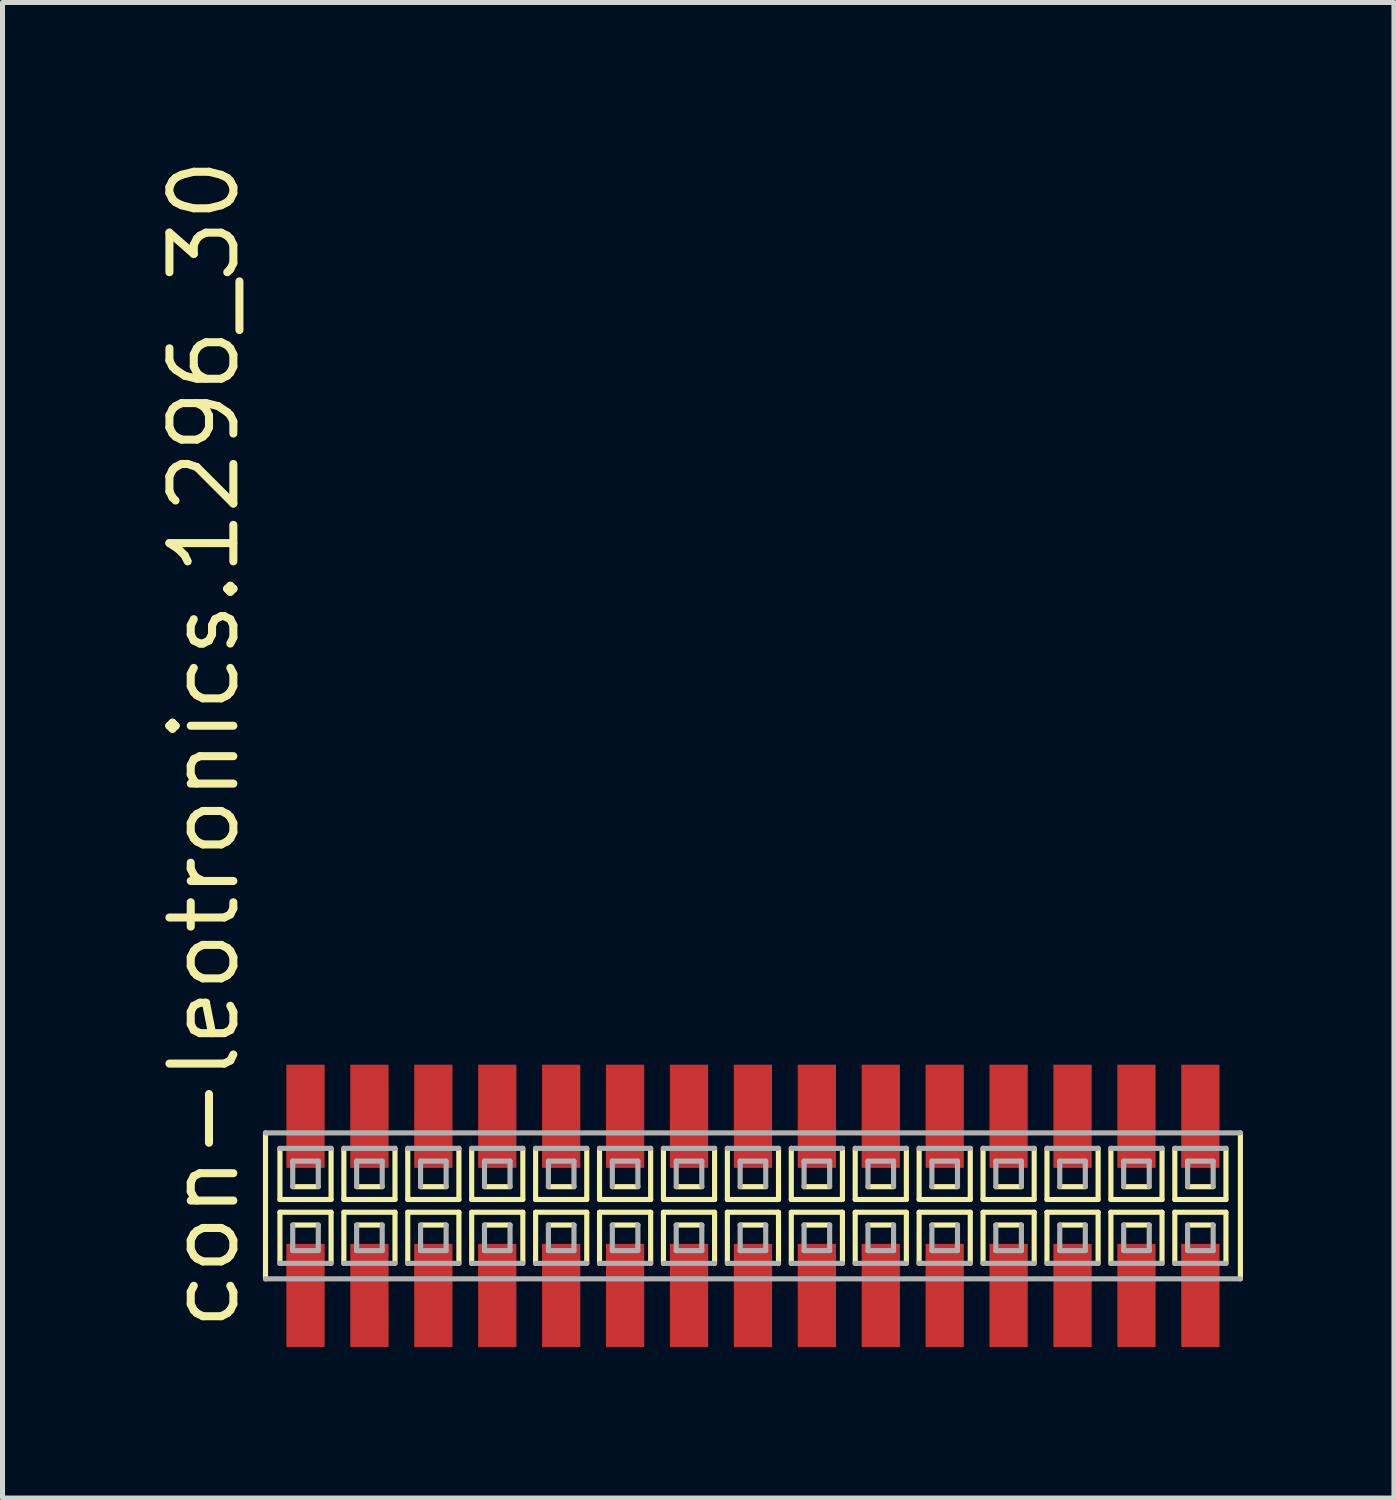
<source format=kicad_pcb>
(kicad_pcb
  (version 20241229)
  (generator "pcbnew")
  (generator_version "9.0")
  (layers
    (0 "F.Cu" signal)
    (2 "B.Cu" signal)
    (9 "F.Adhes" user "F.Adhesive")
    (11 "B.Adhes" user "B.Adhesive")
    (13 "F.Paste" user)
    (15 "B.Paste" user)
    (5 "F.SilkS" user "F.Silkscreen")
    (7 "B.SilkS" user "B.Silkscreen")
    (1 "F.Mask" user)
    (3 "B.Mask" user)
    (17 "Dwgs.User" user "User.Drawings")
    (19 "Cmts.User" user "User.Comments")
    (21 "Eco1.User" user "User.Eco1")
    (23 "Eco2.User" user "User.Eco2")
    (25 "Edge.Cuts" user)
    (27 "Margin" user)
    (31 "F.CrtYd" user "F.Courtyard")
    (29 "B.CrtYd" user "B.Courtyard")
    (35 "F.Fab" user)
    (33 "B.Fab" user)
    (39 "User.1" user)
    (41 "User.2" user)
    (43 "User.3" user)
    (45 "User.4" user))
  (footprint "con-leotronics.1296_30"
    (layer "F.Cu")
    (at 11.91 20.909)
    (property "Reference" "con-leotronics.1296_30" (at -10.16 2.54 90) (layer "F.SilkS") (effects (font (size 1.27 1.27) (thickness 0.16)) (justify left bottom)))
    (attr smd)
    (fp_line (start -9.685 -1.45) (end -9.685 1.45) (stroke (width 0.102) (type default)) (layer "F.SilkS"))
    (fp_line (start -9.398 -1.143) (end -9.398 -0.127) (stroke (width 0.102) (type default)) (layer "F.SilkS"))
    (fp_line (start -9.398 -0.127) (end -8.382 -0.127) (stroke (width 0.102) (type default)) (layer "F.SilkS"))
    (fp_line (start -9.398 0.127) (end -9.398 1.143) (stroke (width 0.102) (type default)) (layer "F.SilkS"))
    (fp_line (start -9.144 -0.381) (end -8.636 -0.381) (stroke (width 0.102) (type default)) (layer "F.SilkS"))
    (fp_line (start -8.636 0.381) (end -9.144 0.381) (stroke (width 0.102) (type default)) (layer "F.SilkS"))
    (fp_line (start -8.382 -0.127) (end -8.382 -1.143) (stroke (width 0.102) (type default)) (layer "F.SilkS"))
    (fp_line (start -8.382 0.127) (end -9.398 0.127) (stroke (width 0.102) (type default)) (layer "F.SilkS"))
    (fp_line (start -8.382 1.143) (end -8.382 0.127) (stroke (width 0.102) (type default)) (layer "F.SilkS"))
    (fp_line (start -8.128 -1.143) (end -8.128 -0.127) (stroke (width 0.102) (type default)) (layer "F.SilkS"))
    (fp_line (start -8.128 -0.127) (end -7.112 -0.127) (stroke (width 0.102) (type default)) (layer "F.SilkS"))
    (fp_line (start -8.128 0.127) (end -8.128 1.143) (stroke (width 0.102) (type default)) (layer "F.SilkS"))
    (fp_line (start -7.874 -0.381) (end -7.366 -0.381) (stroke (width 0.102) (type default)) (layer "F.SilkS"))
    (fp_line (start -7.366 0.381) (end -7.874 0.381) (stroke (width 0.102) (type default)) (layer "F.SilkS"))
    (fp_line (start -7.112 -0.127) (end -7.112 -1.143) (stroke (width 0.102) (type default)) (layer "F.SilkS"))
    (fp_line (start -7.112 0.127) (end -8.128 0.127) (stroke (width 0.102) (type default)) (layer "F.SilkS"))
    (fp_line (start -7.112 1.143) (end -7.112 0.127) (stroke (width 0.102) (type default)) (layer "F.SilkS"))
    (fp_line (start -6.858 -1.143) (end -6.858 -0.127) (stroke (width 0.102) (type default)) (layer "F.SilkS"))
    (fp_line (start -6.858 -0.127) (end -5.842 -0.127) (stroke (width 0.102) (type default)) (layer "F.SilkS"))
    (fp_line (start -6.858 0.127) (end -6.858 1.143) (stroke (width 0.102) (type default)) (layer "F.SilkS"))
    (fp_line (start -6.604 -0.381) (end -6.096 -0.381) (stroke (width 0.102) (type default)) (layer "F.SilkS"))
    (fp_line (start -6.096 0.381) (end -6.604 0.381) (stroke (width 0.102) (type default)) (layer "F.SilkS"))
    (fp_line (start -5.842 -0.127) (end -5.842 -1.143) (stroke (width 0.102) (type default)) (layer "F.SilkS"))
    (fp_line (start -5.842 0.127) (end -6.858 0.127) (stroke (width 0.102) (type default)) (layer "F.SilkS"))
    (fp_line (start -5.842 1.143) (end -5.842 0.127) (stroke (width 0.102) (type default)) (layer "F.SilkS"))
    (fp_line (start -5.588 -1.143) (end -5.588 -0.127) (stroke (width 0.102) (type default)) (layer "F.SilkS"))
    (fp_line (start -5.588 -0.127) (end -4.572 -0.127) (stroke (width 0.102) (type default)) (layer "F.SilkS"))
    (fp_line (start -5.588 0.127) (end -5.588 1.143) (stroke (width 0.102) (type default)) (layer "F.SilkS"))
    (fp_line (start -5.334 -0.381) (end -4.826 -0.381) (stroke (width 0.102) (type default)) (layer "F.SilkS"))
    (fp_line (start -4.826 0.381) (end -5.334 0.381) (stroke (width 0.102) (type default)) (layer "F.SilkS"))
    (fp_line (start -4.572 -0.127) (end -4.572 -1.143) (stroke (width 0.102) (type default)) (layer "F.SilkS"))
    (fp_line (start -4.572 0.127) (end -5.588 0.127) (stroke (width 0.102) (type default)) (layer "F.SilkS"))
    (fp_line (start -4.572 1.143) (end -4.572 0.127) (stroke (width 0.102) (type default)) (layer "F.SilkS"))
    (fp_line (start -4.318 -1.143) (end -4.318 -0.127) (stroke (width 0.102) (type default)) (layer "F.SilkS"))
    (fp_line (start -4.318 -0.127) (end -3.302 -0.127) (stroke (width 0.102) (type default)) (layer "F.SilkS"))
    (fp_line (start -4.318 0.127) (end -4.318 1.143) (stroke (width 0.102) (type default)) (layer "F.SilkS"))
    (fp_line (start -4.064 -0.381) (end -3.556 -0.381) (stroke (width 0.102) (type default)) (layer "F.SilkS"))
    (fp_line (start -3.556 0.381) (end -4.064 0.381) (stroke (width 0.102) (type default)) (layer "F.SilkS"))
    (fp_line (start -3.302 -0.127) (end -3.302 -1.143) (stroke (width 0.102) (type default)) (layer "F.SilkS"))
    (fp_line (start -3.302 0.127) (end -4.318 0.127) (stroke (width 0.102) (type default)) (layer "F.SilkS"))
    (fp_line (start -3.302 1.143) (end -3.302 0.127) (stroke (width 0.102) (type default)) (layer "F.SilkS"))
    (fp_line (start -3.048 -1.143) (end -3.048 -0.127) (stroke (width 0.102) (type default)) (layer "F.SilkS"))
    (fp_line (start -3.048 -0.127) (end -2.032 -0.127) (stroke (width 0.102) (type default)) (layer "F.SilkS"))
    (fp_line (start -3.048 0.127) (end -3.048 1.143) (stroke (width 0.102) (type default)) (layer "F.SilkS"))
    (fp_line (start -2.794 -0.381) (end -2.286 -0.381) (stroke (width 0.102) (type default)) (layer "F.SilkS"))
    (fp_line (start -2.286 0.381) (end -2.794 0.381) (stroke (width 0.102) (type default)) (layer "F.SilkS"))
    (fp_line (start -2.032 -0.127) (end -2.032 -1.143) (stroke (width 0.102) (type default)) (layer "F.SilkS"))
    (fp_line (start -2.032 0.127) (end -3.048 0.127) (stroke (width 0.102) (type default)) (layer "F.SilkS"))
    (fp_line (start -2.032 1.143) (end -2.032 0.127) (stroke (width 0.102) (type default)) (layer "F.SilkS"))
    (fp_line (start -1.778 -1.143) (end -1.778 -0.127) (stroke (width 0.102) (type default)) (layer "F.SilkS"))
    (fp_line (start -1.778 -0.127) (end -0.762 -0.127) (stroke (width 0.102) (type default)) (layer "F.SilkS"))
    (fp_line (start -1.778 0.127) (end -1.778 1.143) (stroke (width 0.102) (type default)) (layer "F.SilkS"))
    (fp_line (start -1.524 -0.381) (end -1.016 -0.381) (stroke (width 0.102) (type default)) (layer "F.SilkS"))
    (fp_line (start -1.016 0.381) (end -1.524 0.381) (stroke (width 0.102) (type default)) (layer "F.SilkS"))
    (fp_line (start -0.762 -0.127) (end -0.762 -1.143) (stroke (width 0.102) (type default)) (layer "F.SilkS"))
    (fp_line (start -0.762 0.127) (end -1.778 0.127) (stroke (width 0.102) (type default)) (layer "F.SilkS"))
    (fp_line (start -0.762 1.143) (end -0.762 0.127) (stroke (width 0.102) (type default)) (layer "F.SilkS"))
    (fp_line (start -0.508 -1.143) (end -0.508 -0.127) (stroke (width 0.102) (type default)) (layer "F.SilkS"))
    (fp_line (start -0.508 -0.127) (end 0.508 -0.127) (stroke (width 0.102) (type default)) (layer "F.SilkS"))
    (fp_line (start -0.508 0.127) (end -0.508 1.143) (stroke (width 0.102) (type default)) (layer "F.SilkS"))
    (fp_line (start -0.254 -0.381) (end 0.254 -0.381) (stroke (width 0.102) (type default)) (layer "F.SilkS"))
    (fp_line (start 0.254 0.381) (end -0.254 0.381) (stroke (width 0.102) (type default)) (layer "F.SilkS"))
    (fp_line (start 0.508 -0.127) (end 0.508 -1.143) (stroke (width 0.102) (type default)) (layer "F.SilkS"))
    (fp_line (start 0.508 0.127) (end -0.508 0.127) (stroke (width 0.102) (type default)) (layer "F.SilkS"))
    (fp_line (start 0.508 1.143) (end 0.508 0.127) (stroke (width 0.102) (type default)) (layer "F.SilkS"))
    (fp_line (start 0.762 -1.143) (end 0.762 -0.127) (stroke (width 0.102) (type default)) (layer "F.SilkS"))
    (fp_line (start 0.762 -0.127) (end 1.778 -0.127) (stroke (width 0.102) (type default)) (layer "F.SilkS"))
    (fp_line (start 0.762 0.127) (end 0.762 1.143) (stroke (width 0.102) (type default)) (layer "F.SilkS"))
    (fp_line (start 1.016 -0.381) (end 1.524 -0.381) (stroke (width 0.102) (type default)) (layer "F.SilkS"))
    (fp_line (start 1.524 0.381) (end 1.016 0.381) (stroke (width 0.102) (type default)) (layer "F.SilkS"))
    (fp_line (start 1.778 -0.127) (end 1.778 -1.143) (stroke (width 0.102) (type default)) (layer "F.SilkS"))
    (fp_line (start 1.778 0.127) (end 0.762 0.127) (stroke (width 0.102) (type default)) (layer "F.SilkS"))
    (fp_line (start 1.778 1.143) (end 1.778 0.127) (stroke (width 0.102) (type default)) (layer "F.SilkS"))
    (fp_line (start 2.032 -1.143) (end 2.032 -0.127) (stroke (width 0.102) (type default)) (layer "F.SilkS"))
    (fp_line (start 2.032 -0.127) (end 3.048 -0.127) (stroke (width 0.102) (type default)) (layer "F.SilkS"))
    (fp_line (start 2.032 0.127) (end 2.032 1.143) (stroke (width 0.102) (type default)) (layer "F.SilkS"))
    (fp_line (start 2.286 -0.381) (end 2.794 -0.381) (stroke (width 0.102) (type default)) (layer "F.SilkS"))
    (fp_line (start 2.794 0.381) (end 2.286 0.381) (stroke (width 0.102) (type default)) (layer "F.SilkS"))
    (fp_line (start 3.048 -0.127) (end 3.048 -1.143) (stroke (width 0.102) (type default)) (layer "F.SilkS"))
    (fp_line (start 3.048 0.127) (end 2.032 0.127) (stroke (width 0.102) (type default)) (layer "F.SilkS"))
    (fp_line (start 3.048 1.143) (end 3.048 0.127) (stroke (width 0.102) (type default)) (layer "F.SilkS"))
    (fp_line (start 3.302 -1.143) (end 3.302 -0.127) (stroke (width 0.102) (type default)) (layer "F.SilkS"))
    (fp_line (start 3.302 -0.127) (end 4.318 -0.127) (stroke (width 0.102) (type default)) (layer "F.SilkS"))
    (fp_line (start 3.302 0.127) (end 3.302 1.143) (stroke (width 0.102) (type default)) (layer "F.SilkS"))
    (fp_line (start 3.556 -0.381) (end 4.064 -0.381) (stroke (width 0.102) (type default)) (layer "F.SilkS"))
    (fp_line (start 4.064 0.381) (end 3.556 0.381) (stroke (width 0.102) (type default)) (layer "F.SilkS"))
    (fp_line (start 4.318 -0.127) (end 4.318 -1.143) (stroke (width 0.102) (type default)) (layer "F.SilkS"))
    (fp_line (start 4.318 0.127) (end 3.302 0.127) (stroke (width 0.102) (type default)) (layer "F.SilkS"))
    (fp_line (start 4.318 1.143) (end 4.318 0.127) (stroke (width 0.102) (type default)) (layer "F.SilkS"))
    (fp_line (start 4.572 -1.143) (end 4.572 -0.127) (stroke (width 0.102) (type default)) (layer "F.SilkS"))
    (fp_line (start 4.572 -0.127) (end 5.588 -0.127) (stroke (width 0.102) (type default)) (layer "F.SilkS"))
    (fp_line (start 4.572 0.127) (end 4.572 1.143) (stroke (width 0.102) (type default)) (layer "F.SilkS"))
    (fp_line (start 4.826 -0.381) (end 5.334 -0.381) (stroke (width 0.102) (type default)) (layer "F.SilkS"))
    (fp_line (start 5.334 0.381) (end 4.826 0.381) (stroke (width 0.102) (type default)) (layer "F.SilkS"))
    (fp_line (start 5.588 -0.127) (end 5.588 -1.143) (stroke (width 0.102) (type default)) (layer "F.SilkS"))
    (fp_line (start 5.588 0.127) (end 4.572 0.127) (stroke (width 0.102) (type default)) (layer "F.SilkS"))
    (fp_line (start 5.588 1.143) (end 5.588 0.127) (stroke (width 0.102) (type default)) (layer "F.SilkS"))
    (fp_line (start 5.842 -1.143) (end 5.842 -0.127) (stroke (width 0.102) (type default)) (layer "F.SilkS"))
    (fp_line (start 5.842 -0.127) (end 6.858 -0.127) (stroke (width 0.102) (type default)) (layer "F.SilkS"))
    (fp_line (start 5.842 0.127) (end 5.842 1.143) (stroke (width 0.102) (type default)) (layer "F.SilkS"))
    (fp_line (start 6.096 -0.381) (end 6.604 -0.381) (stroke (width 0.102) (type default)) (layer "F.SilkS"))
    (fp_line (start 6.604 0.381) (end 6.096 0.381) (stroke (width 0.102) (type default)) (layer "F.SilkS"))
    (fp_line (start 6.858 -0.127) (end 6.858 -1.143) (stroke (width 0.102) (type default)) (layer "F.SilkS"))
    (fp_line (start 6.858 0.127) (end 5.842 0.127) (stroke (width 0.102) (type default)) (layer "F.SilkS"))
    (fp_line (start 6.858 1.143) (end 6.858 0.127) (stroke (width 0.102) (type default)) (layer "F.SilkS"))
    (fp_line (start 7.112 -1.143) (end 7.112 -0.127) (stroke (width 0.102) (type default)) (layer "F.SilkS"))
    (fp_line (start 7.112 -0.127) (end 8.128 -0.127) (stroke (width 0.102) (type default)) (layer "F.SilkS"))
    (fp_line (start 7.112 0.127) (end 7.112 1.143) (stroke (width 0.102) (type default)) (layer "F.SilkS"))
    (fp_line (start 7.366 -0.381) (end 7.874 -0.381) (stroke (width 0.102) (type default)) (layer "F.SilkS"))
    (fp_line (start 7.874 0.381) (end 7.366 0.381) (stroke (width 0.102) (type default)) (layer "F.SilkS"))
    (fp_line (start 8.128 -0.127) (end 8.128 -1.143) (stroke (width 0.102) (type default)) (layer "F.SilkS"))
    (fp_line (start 8.128 0.127) (end 7.112 0.127) (stroke (width 0.102) (type default)) (layer "F.SilkS"))
    (fp_line (start 8.128 1.143) (end 8.128 0.127) (stroke (width 0.102) (type default)) (layer "F.SilkS"))
    (fp_line (start 8.382 -1.143) (end 8.382 -0.127) (stroke (width 0.102) (type default)) (layer "F.SilkS"))
    (fp_line (start 8.382 -0.127) (end 9.398 -0.127) (stroke (width 0.102) (type default)) (layer "F.SilkS"))
    (fp_line (start 8.382 0.127) (end 8.382 1.143) (stroke (width 0.102) (type default)) (layer "F.SilkS"))
    (fp_line (start 8.636 -0.381) (end 9.144 -0.381) (stroke (width 0.102) (type default)) (layer "F.SilkS"))
    (fp_line (start 9.144 0.381) (end 8.636 0.381) (stroke (width 0.102) (type default)) (layer "F.SilkS"))
    (fp_line (start 9.398 -0.127) (end 9.398 -1.143) (stroke (width 0.102) (type default)) (layer "F.SilkS"))
    (fp_line (start 9.398 0.127) (end 8.382 0.127) (stroke (width 0.102) (type default)) (layer "F.SilkS"))
    (fp_line (start 9.398 1.143) (end 9.398 0.127) (stroke (width 0.102) (type default)) (layer "F.SilkS"))
    (fp_line (start 9.685 1.45) (end 9.685 -1.45) (stroke (width 0.102) (type default)) (layer "F.SilkS"))
    (fp_line (start -9.685 1.45) (end 9.685 1.45) (stroke (width 0.102) (type default)) (layer "F.Fab"))
    (fp_line (start -9.398 1.143) (end -8.382 1.143) (stroke (width 0.102) (type default)) (layer "F.Fab"))
    (fp_line (start -9.144 -0.889) (end -9.144 -0.381) (stroke (width 0.102) (type default)) (layer "F.Fab"))
    (fp_line (start -9.144 0.381) (end -9.144 0.889) (stroke (width 0.102) (type default)) (layer "F.Fab"))
    (fp_line (start -9.144 0.889) (end -8.636 0.889) (stroke (width 0.102) (type default)) (layer "F.Fab"))
    (fp_line (start -8.636 -0.889) (end -9.144 -0.889) (stroke (width 0.102) (type default)) (layer "F.Fab"))
    (fp_line (start -8.636 -0.381) (end -8.636 -0.889) (stroke (width 0.102) (type default)) (layer "F.Fab"))
    (fp_line (start -8.636 0.889) (end -8.636 0.381) (stroke (width 0.102) (type default)) (layer "F.Fab"))
    (fp_line (start -8.382 -1.143) (end -9.398 -1.143) (stroke (width 0.102) (type default)) (layer "F.Fab"))
    (fp_line (start -8.128 1.143) (end -7.112 1.143) (stroke (width 0.102) (type default)) (layer "F.Fab"))
    (fp_line (start -7.874 -0.889) (end -7.874 -0.381) (stroke (width 0.102) (type default)) (layer "F.Fab"))
    (fp_line (start -7.874 0.381) (end -7.874 0.889) (stroke (width 0.102) (type default)) (layer "F.Fab"))
    (fp_line (start -7.874 0.889) (end -7.366 0.889) (stroke (width 0.102) (type default)) (layer "F.Fab"))
    (fp_line (start -7.366 -0.889) (end -7.874 -0.889) (stroke (width 0.102) (type default)) (layer "F.Fab"))
    (fp_line (start -7.366 -0.381) (end -7.366 -0.889) (stroke (width 0.102) (type default)) (layer "F.Fab"))
    (fp_line (start -7.366 0.889) (end -7.366 0.381) (stroke (width 0.102) (type default)) (layer "F.Fab"))
    (fp_line (start -7.112 -1.143) (end -8.128 -1.143) (stroke (width 0.102) (type default)) (layer "F.Fab"))
    (fp_line (start -6.858 1.143) (end -5.842 1.143) (stroke (width 0.102) (type default)) (layer "F.Fab"))
    (fp_line (start -6.604 -0.889) (end -6.604 -0.381) (stroke (width 0.102) (type default)) (layer "F.Fab"))
    (fp_line (start -6.604 0.381) (end -6.604 0.889) (stroke (width 0.102) (type default)) (layer "F.Fab"))
    (fp_line (start -6.604 0.889) (end -6.096 0.889) (stroke (width 0.102) (type default)) (layer "F.Fab"))
    (fp_line (start -6.096 -0.889) (end -6.604 -0.889) (stroke (width 0.102) (type default)) (layer "F.Fab"))
    (fp_line (start -6.096 -0.381) (end -6.096 -0.889) (stroke (width 0.102) (type default)) (layer "F.Fab"))
    (fp_line (start -6.096 0.889) (end -6.096 0.381) (stroke (width 0.102) (type default)) (layer "F.Fab"))
    (fp_line (start -5.842 -1.143) (end -6.858 -1.143) (stroke (width 0.102) (type default)) (layer "F.Fab"))
    (fp_line (start -5.588 1.143) (end -4.572 1.143) (stroke (width 0.102) (type default)) (layer "F.Fab"))
    (fp_line (start -5.334 -0.889) (end -5.334 -0.381) (stroke (width 0.102) (type default)) (layer "F.Fab"))
    (fp_line (start -5.334 0.381) (end -5.334 0.889) (stroke (width 0.102) (type default)) (layer "F.Fab"))
    (fp_line (start -5.334 0.889) (end -4.826 0.889) (stroke (width 0.102) (type default)) (layer "F.Fab"))
    (fp_line (start -4.826 -0.889) (end -5.334 -0.889) (stroke (width 0.102) (type default)) (layer "F.Fab"))
    (fp_line (start -4.826 -0.381) (end -4.826 -0.889) (stroke (width 0.102) (type default)) (layer "F.Fab"))
    (fp_line (start -4.826 0.889) (end -4.826 0.381) (stroke (width 0.102) (type default)) (layer "F.Fab"))
    (fp_line (start -4.572 -1.143) (end -5.588 -1.143) (stroke (width 0.102) (type default)) (layer "F.Fab"))
    (fp_line (start -4.318 1.143) (end -3.302 1.143) (stroke (width 0.102) (type default)) (layer "F.Fab"))
    (fp_line (start -4.064 -0.889) (end -4.064 -0.381) (stroke (width 0.102) (type default)) (layer "F.Fab"))
    (fp_line (start -4.064 0.381) (end -4.064 0.889) (stroke (width 0.102) (type default)) (layer "F.Fab"))
    (fp_line (start -4.064 0.889) (end -3.556 0.889) (stroke (width 0.102) (type default)) (layer "F.Fab"))
    (fp_line (start -3.556 -0.889) (end -4.064 -0.889) (stroke (width 0.102) (type default)) (layer "F.Fab"))
    (fp_line (start -3.556 -0.381) (end -3.556 -0.889) (stroke (width 0.102) (type default)) (layer "F.Fab"))
    (fp_line (start -3.556 0.889) (end -3.556 0.381) (stroke (width 0.102) (type default)) (layer "F.Fab"))
    (fp_line (start -3.302 -1.143) (end -4.318 -1.143) (stroke (width 0.102) (type default)) (layer "F.Fab"))
    (fp_line (start -3.048 1.143) (end -2.032 1.143) (stroke (width 0.102) (type default)) (layer "F.Fab"))
    (fp_line (start -2.794 -0.889) (end -2.794 -0.381) (stroke (width 0.102) (type default)) (layer "F.Fab"))
    (fp_line (start -2.794 0.381) (end -2.794 0.889) (stroke (width 0.102) (type default)) (layer "F.Fab"))
    (fp_line (start -2.794 0.889) (end -2.286 0.889) (stroke (width 0.102) (type default)) (layer "F.Fab"))
    (fp_line (start -2.286 -0.889) (end -2.794 -0.889) (stroke (width 0.102) (type default)) (layer "F.Fab"))
    (fp_line (start -2.286 -0.381) (end -2.286 -0.889) (stroke (width 0.102) (type default)) (layer "F.Fab"))
    (fp_line (start -2.286 0.889) (end -2.286 0.381) (stroke (width 0.102) (type default)) (layer "F.Fab"))
    (fp_line (start -2.032 -1.143) (end -3.048 -1.143) (stroke (width 0.102) (type default)) (layer "F.Fab"))
    (fp_line (start -1.778 1.143) (end -0.762 1.143) (stroke (width 0.102) (type default)) (layer "F.Fab"))
    (fp_line (start -1.524 -0.889) (end -1.524 -0.381) (stroke (width 0.102) (type default)) (layer "F.Fab"))
    (fp_line (start -1.524 0.381) (end -1.524 0.889) (stroke (width 0.102) (type default)) (layer "F.Fab"))
    (fp_line (start -1.524 0.889) (end -1.016 0.889) (stroke (width 0.102) (type default)) (layer "F.Fab"))
    (fp_line (start -1.016 -0.889) (end -1.524 -0.889) (stroke (width 0.102) (type default)) (layer "F.Fab"))
    (fp_line (start -1.016 -0.381) (end -1.016 -0.889) (stroke (width 0.102) (type default)) (layer "F.Fab"))
    (fp_line (start -1.016 0.889) (end -1.016 0.381) (stroke (width 0.102) (type default)) (layer "F.Fab"))
    (fp_line (start -0.762 -1.143) (end -1.778 -1.143) (stroke (width 0.102) (type default)) (layer "F.Fab"))
    (fp_line (start -0.508 1.143) (end 0.508 1.143) (stroke (width 0.102) (type default)) (layer "F.Fab"))
    (fp_line (start -0.254 -0.889) (end -0.254 -0.381) (stroke (width 0.102) (type default)) (layer "F.Fab"))
    (fp_line (start -0.254 0.381) (end -0.254 0.889) (stroke (width 0.102) (type default)) (layer "F.Fab"))
    (fp_line (start -0.254 0.889) (end 0.254 0.889) (stroke (width 0.102) (type default)) (layer "F.Fab"))
    (fp_line (start 0.254 -0.889) (end -0.254 -0.889) (stroke (width 0.102) (type default)) (layer "F.Fab"))
    (fp_line (start 0.254 -0.381) (end 0.254 -0.889) (stroke (width 0.102) (type default)) (layer "F.Fab"))
    (fp_line (start 0.254 0.889) (end 0.254 0.381) (stroke (width 0.102) (type default)) (layer "F.Fab"))
    (fp_line (start 0.508 -1.143) (end -0.508 -1.143) (stroke (width 0.102) (type default)) (layer "F.Fab"))
    (fp_line (start 0.762 1.143) (end 1.778 1.143) (stroke (width 0.102) (type default)) (layer "F.Fab"))
    (fp_line (start 1.016 -0.889) (end 1.016 -0.381) (stroke (width 0.102) (type default)) (layer "F.Fab"))
    (fp_line (start 1.016 0.381) (end 1.016 0.889) (stroke (width 0.102) (type default)) (layer "F.Fab"))
    (fp_line (start 1.016 0.889) (end 1.524 0.889) (stroke (width 0.102) (type default)) (layer "F.Fab"))
    (fp_line (start 1.524 -0.889) (end 1.016 -0.889) (stroke (width 0.102) (type default)) (layer "F.Fab"))
    (fp_line (start 1.524 -0.381) (end 1.524 -0.889) (stroke (width 0.102) (type default)) (layer "F.Fab"))
    (fp_line (start 1.524 0.889) (end 1.524 0.381) (stroke (width 0.102) (type default)) (layer "F.Fab"))
    (fp_line (start 1.778 -1.143) (end 0.762 -1.143) (stroke (width 0.102) (type default)) (layer "F.Fab"))
    (fp_line (start 2.032 1.143) (end 3.048 1.143) (stroke (width 0.102) (type default)) (layer "F.Fab"))
    (fp_line (start 2.286 -0.889) (end 2.286 -0.381) (stroke (width 0.102) (type default)) (layer "F.Fab"))
    (fp_line (start 2.286 0.381) (end 2.286 0.889) (stroke (width 0.102) (type default)) (layer "F.Fab"))
    (fp_line (start 2.286 0.889) (end 2.794 0.889) (stroke (width 0.102) (type default)) (layer "F.Fab"))
    (fp_line (start 2.794 -0.889) (end 2.286 -0.889) (stroke (width 0.102) (type default)) (layer "F.Fab"))
    (fp_line (start 2.794 -0.381) (end 2.794 -0.889) (stroke (width 0.102) (type default)) (layer "F.Fab"))
    (fp_line (start 2.794 0.889) (end 2.794 0.381) (stroke (width 0.102) (type default)) (layer "F.Fab"))
    (fp_line (start 3.048 -1.143) (end 2.032 -1.143) (stroke (width 0.102) (type default)) (layer "F.Fab"))
    (fp_line (start 3.302 1.143) (end 4.318 1.143) (stroke (width 0.102) (type default)) (layer "F.Fab"))
    (fp_line (start 3.556 -0.889) (end 3.556 -0.381) (stroke (width 0.102) (type default)) (layer "F.Fab"))
    (fp_line (start 3.556 0.381) (end 3.556 0.889) (stroke (width 0.102) (type default)) (layer "F.Fab"))
    (fp_line (start 3.556 0.889) (end 4.064 0.889) (stroke (width 0.102) (type default)) (layer "F.Fab"))
    (fp_line (start 4.064 -0.889) (end 3.556 -0.889) (stroke (width 0.102) (type default)) (layer "F.Fab"))
    (fp_line (start 4.064 -0.381) (end 4.064 -0.889) (stroke (width 0.102) (type default)) (layer "F.Fab"))
    (fp_line (start 4.064 0.889) (end 4.064 0.381) (stroke (width 0.102) (type default)) (layer "F.Fab"))
    (fp_line (start 4.318 -1.143) (end 3.302 -1.143) (stroke (width 0.102) (type default)) (layer "F.Fab"))
    (fp_line (start 4.572 1.143) (end 5.588 1.143) (stroke (width 0.102) (type default)) (layer "F.Fab"))
    (fp_line (start 4.826 -0.889) (end 4.826 -0.381) (stroke (width 0.102) (type default)) (layer "F.Fab"))
    (fp_line (start 4.826 0.381) (end 4.826 0.889) (stroke (width 0.102) (type default)) (layer "F.Fab"))
    (fp_line (start 4.826 0.889) (end 5.334 0.889) (stroke (width 0.102) (type default)) (layer "F.Fab"))
    (fp_line (start 5.334 -0.889) (end 4.826 -0.889) (stroke (width 0.102) (type default)) (layer "F.Fab"))
    (fp_line (start 5.334 -0.381) (end 5.334 -0.889) (stroke (width 0.102) (type default)) (layer "F.Fab"))
    (fp_line (start 5.334 0.889) (end 5.334 0.381) (stroke (width 0.102) (type default)) (layer "F.Fab"))
    (fp_line (start 5.588 -1.143) (end 4.572 -1.143) (stroke (width 0.102) (type default)) (layer "F.Fab"))
    (fp_line (start 5.842 1.143) (end 6.858 1.143) (stroke (width 0.102) (type default)) (layer "F.Fab"))
    (fp_line (start 6.096 -0.889) (end 6.096 -0.381) (stroke (width 0.102) (type default)) (layer "F.Fab"))
    (fp_line (start 6.096 0.381) (end 6.096 0.889) (stroke (width 0.102) (type default)) (layer "F.Fab"))
    (fp_line (start 6.096 0.889) (end 6.604 0.889) (stroke (width 0.102) (type default)) (layer "F.Fab"))
    (fp_line (start 6.604 -0.889) (end 6.096 -0.889) (stroke (width 0.102) (type default)) (layer "F.Fab"))
    (fp_line (start 6.604 -0.381) (end 6.604 -0.889) (stroke (width 0.102) (type default)) (layer "F.Fab"))
    (fp_line (start 6.604 0.889) (end 6.604 0.381) (stroke (width 0.102) (type default)) (layer "F.Fab"))
    (fp_line (start 6.858 -1.143) (end 5.842 -1.143) (stroke (width 0.102) (type default)) (layer "F.Fab"))
    (fp_line (start 7.112 1.143) (end 8.128 1.143) (stroke (width 0.102) (type default)) (layer "F.Fab"))
    (fp_line (start 7.366 -0.889) (end 7.366 -0.381) (stroke (width 0.102) (type default)) (layer "F.Fab"))
    (fp_line (start 7.366 0.381) (end 7.366 0.889) (stroke (width 0.102) (type default)) (layer "F.Fab"))
    (fp_line (start 7.366 0.889) (end 7.874 0.889) (stroke (width 0.102) (type default)) (layer "F.Fab"))
    (fp_line (start 7.874 -0.889) (end 7.366 -0.889) (stroke (width 0.102) (type default)) (layer "F.Fab"))
    (fp_line (start 7.874 -0.381) (end 7.874 -0.889) (stroke (width 0.102) (type default)) (layer "F.Fab"))
    (fp_line (start 7.874 0.889) (end 7.874 0.381) (stroke (width 0.102) (type default)) (layer "F.Fab"))
    (fp_line (start 8.128 -1.143) (end 7.112 -1.143) (stroke (width 0.102) (type default)) (layer "F.Fab"))
    (fp_line (start 8.382 1.143) (end 9.398 1.143) (stroke (width 0.102) (type default)) (layer "F.Fab"))
    (fp_line (start 8.636 -0.889) (end 8.636 -0.381) (stroke (width 0.102) (type default)) (layer "F.Fab"))
    (fp_line (start 8.636 0.381) (end 8.636 0.889) (stroke (width 0.102) (type default)) (layer "F.Fab"))
    (fp_line (start 8.636 0.889) (end 9.144 0.889) (stroke (width 0.102) (type default)) (layer "F.Fab"))
    (fp_line (start 9.144 -0.889) (end 8.636 -0.889) (stroke (width 0.102) (type default)) (layer "F.Fab"))
    (fp_line (start 9.144 -0.381) (end 9.144 -0.889) (stroke (width 0.102) (type default)) (layer "F.Fab"))
    (fp_line (start 9.144 0.889) (end 9.144 0.381) (stroke (width 0.102) (type default)) (layer "F.Fab"))
    (fp_line (start 9.398 -1.143) (end 8.382 -1.143) (stroke (width 0.102) (type default)) (layer "F.Fab"))
    (fp_line (start 9.685 -1.45) (end -9.685 -1.45) (stroke (width 0.102) (type default)) (layer "F.Fab"))
    (pad "1" smd roundrect (at -8.89 1.78) (size 0.76 2.05) (layers "F.Cu" "F.Mask" "F.Paste") (roundrect_rratio 0.01))
    (pad "2" smd roundrect (at -8.89 -1.78) (size 0.76 2.05) (layers "F.Cu" "F.Mask" "F.Paste") (roundrect_rratio 0.01))
    (pad "3" smd roundrect (at -7.62 1.78) (size 0.76 2.05) (layers "F.Cu" "F.Mask" "F.Paste") (roundrect_rratio 0.01))
    (pad "4" smd roundrect (at -7.62 -1.78) (size 0.76 2.05) (layers "F.Cu" "F.Mask" "F.Paste") (roundrect_rratio 0.01))
    (pad "5" smd roundrect (at -6.35 1.78) (size 0.76 2.05) (layers "F.Cu" "F.Mask" "F.Paste") (roundrect_rratio 0.01))
    (pad "6" smd roundrect (at -6.35 -1.78) (size 0.76 2.05) (layers "F.Cu" "F.Mask" "F.Paste") (roundrect_rratio 0.01))
    (pad "7" smd roundrect (at -5.08 1.78) (size 0.76 2.05) (layers "F.Cu" "F.Mask" "F.Paste") (roundrect_rratio 0.01))
    (pad "8" smd roundrect (at -5.08 -1.78) (size 0.76 2.05) (layers "F.Cu" "F.Mask" "F.Paste") (roundrect_rratio 0.01))
    (pad "9" smd roundrect (at -3.81 1.78) (size 0.76 2.05) (layers "F.Cu" "F.Mask" "F.Paste") (roundrect_rratio 0.01))
    (pad "10" smd roundrect (at -3.81 -1.78) (size 0.76 2.05) (layers "F.Cu" "F.Mask" "F.Paste") (roundrect_rratio 0.01))
    (pad "11" smd roundrect (at -2.54 1.78) (size 0.76 2.05) (layers "F.Cu" "F.Mask" "F.Paste") (roundrect_rratio 0.01))
    (pad "12" smd roundrect (at -2.54 -1.78) (size 0.76 2.05) (layers "F.Cu" "F.Mask" "F.Paste") (roundrect_rratio 0.01))
    (pad "13" smd roundrect (at -1.27 1.78) (size 0.76 2.05) (layers "F.Cu" "F.Mask" "F.Paste") (roundrect_rratio 0.01))
    (pad "14" smd roundrect (at -1.27 -1.78) (size 0.76 2.05) (layers "F.Cu" "F.Mask" "F.Paste") (roundrect_rratio 0.01))
    (pad "15" smd roundrect (at 0 1.78) (size 0.76 2.05) (layers "F.Cu" "F.Mask" "F.Paste") (roundrect_rratio 0.01))
    (pad "16" smd roundrect (at 0 -1.78) (size 0.76 2.05) (layers "F.Cu" "F.Mask" "F.Paste") (roundrect_rratio 0.01))
    (pad "17" smd roundrect (at 1.27 1.78) (size 0.76 2.05) (layers "F.Cu" "F.Mask" "F.Paste") (roundrect_rratio 0.01))
    (pad "18" smd roundrect (at 1.27 -1.78) (size 0.76 2.05) (layers "F.Cu" "F.Mask" "F.Paste") (roundrect_rratio 0.01))
    (pad "19" smd roundrect (at 2.54 1.78) (size 0.76 2.05) (layers "F.Cu" "F.Mask" "F.Paste") (roundrect_rratio 0.01))
    (pad "20" smd roundrect (at 2.54 -1.78) (size 0.76 2.05) (layers "F.Cu" "F.Mask" "F.Paste") (roundrect_rratio 0.01))
    (pad "21" smd roundrect (at 3.81 1.78) (size 0.76 2.05) (layers "F.Cu" "F.Mask" "F.Paste") (roundrect_rratio 0.01))
    (pad "22" smd roundrect (at 3.81 -1.78) (size 0.76 2.05) (layers "F.Cu" "F.Mask" "F.Paste") (roundrect_rratio 0.01))
    (pad "23" smd roundrect (at 5.08 1.78) (size 0.76 2.05) (layers "F.Cu" "F.Mask" "F.Paste") (roundrect_rratio 0.01))
    (pad "24" smd roundrect (at 5.08 -1.78) (size 0.76 2.05) (layers "F.Cu" "F.Mask" "F.Paste") (roundrect_rratio 0.01))
    (pad "25" smd roundrect (at 6.35 1.78) (size 0.76 2.05) (layers "F.Cu" "F.Mask" "F.Paste") (roundrect_rratio 0.01))
    (pad "26" smd roundrect (at 6.35 -1.78) (size 0.76 2.05) (layers "F.Cu" "F.Mask" "F.Paste") (roundrect_rratio 0.01))
    (pad "27" smd roundrect (at 7.62 1.78) (size 0.76 2.05) (layers "F.Cu" "F.Mask" "F.Paste") (roundrect_rratio 0.01))
    (pad "28" smd roundrect (at 7.62 -1.78) (size 0.76 2.05) (layers "F.Cu" "F.Mask" "F.Paste") (roundrect_rratio 0.01))
    (pad "29" smd roundrect (at 8.89 1.78) (size 0.76 2.05) (layers "F.Cu" "F.Mask" "F.Paste") (roundrect_rratio 0.01))
    (pad "30" smd roundrect (at 8.89 -1.78) (size 0.76 2.05) (layers "F.Cu" "F.Mask" "F.Paste") (roundrect_rratio 0.01)))
  (gr_rect
    (start -3 -3)
    (end 24.646 26.714)
    (stroke (width 0.1) (type default))
    (fill no)
    (layer "Edge.Cuts")))
</source>
